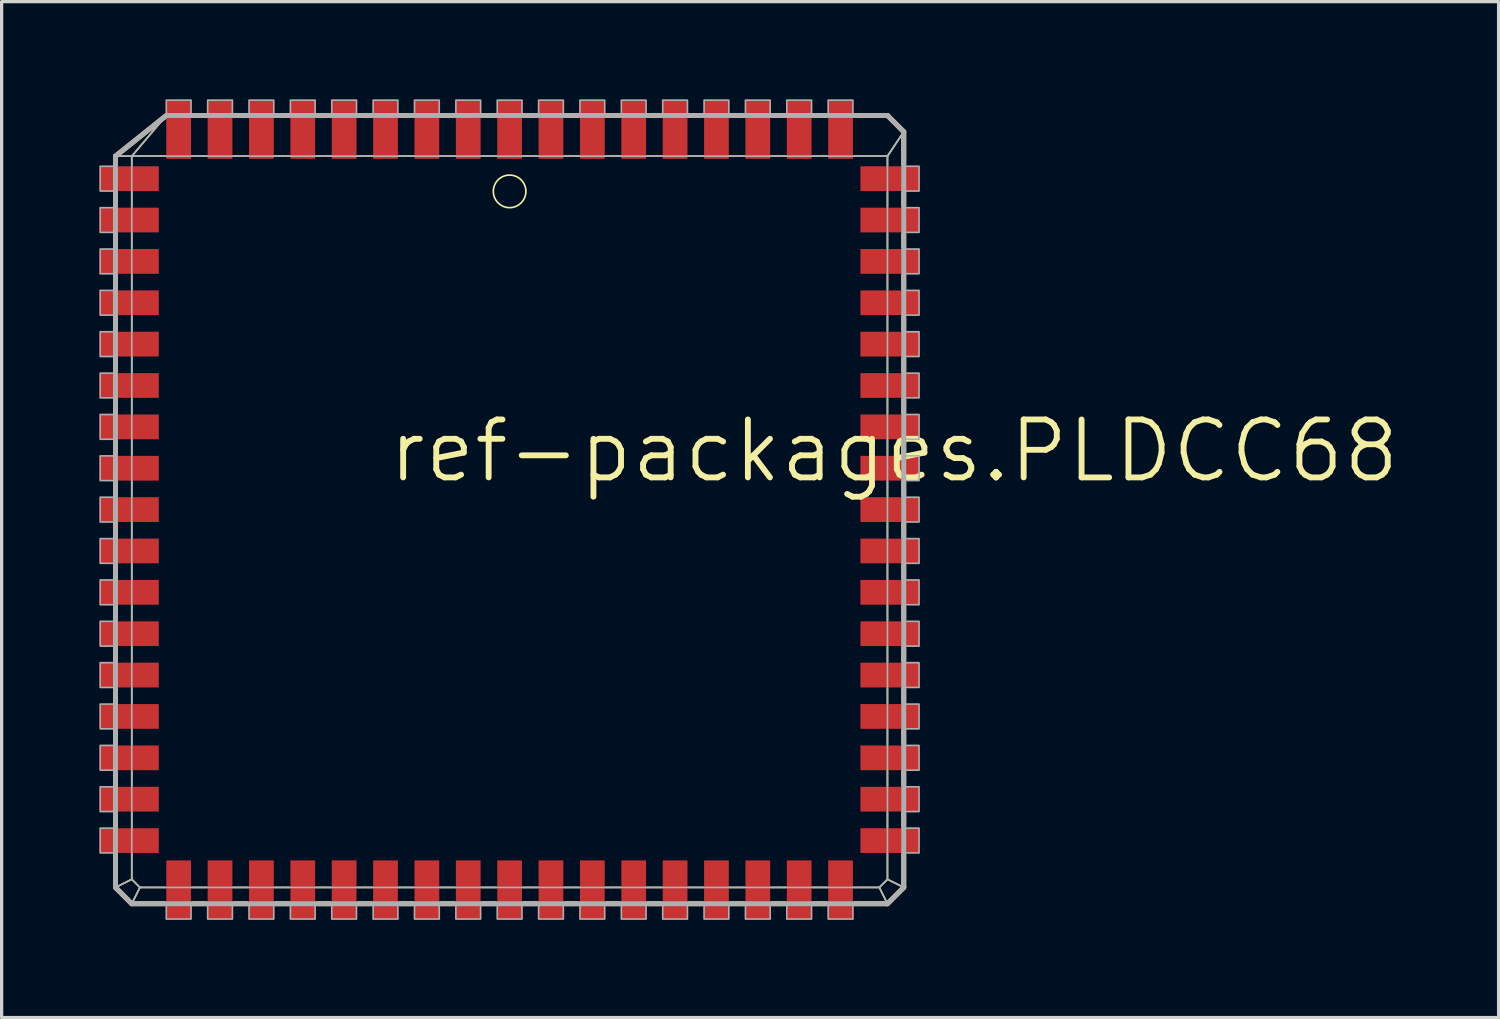
<source format=kicad_pcb>
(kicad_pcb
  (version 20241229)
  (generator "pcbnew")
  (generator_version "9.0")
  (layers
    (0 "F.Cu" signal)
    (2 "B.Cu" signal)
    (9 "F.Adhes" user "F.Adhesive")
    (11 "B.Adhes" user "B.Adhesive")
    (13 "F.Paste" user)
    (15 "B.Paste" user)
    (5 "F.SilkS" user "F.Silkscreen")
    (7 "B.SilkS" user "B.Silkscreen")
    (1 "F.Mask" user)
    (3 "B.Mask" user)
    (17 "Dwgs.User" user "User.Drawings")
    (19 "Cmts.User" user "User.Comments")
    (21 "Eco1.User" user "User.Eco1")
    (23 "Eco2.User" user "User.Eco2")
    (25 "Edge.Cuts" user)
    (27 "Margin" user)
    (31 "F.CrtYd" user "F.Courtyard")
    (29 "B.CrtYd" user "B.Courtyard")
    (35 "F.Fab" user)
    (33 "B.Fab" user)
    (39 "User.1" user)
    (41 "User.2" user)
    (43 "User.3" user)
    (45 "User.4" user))
  (footprint "ref-packages.PLDCC68"
    (layer "F.Cu")
    (at 12.595 12.595)
    (property "Reference" "ref-packages.PLDCC68" (at -3.81 -0.762 0) (layer "F.SilkS") (effects (font (size 1.778 1.778) (thickness 0.18)) (justify left bottom)))
    (attr smd)
    (fp_line (start -12.1 -10.85) (end -11.6 -10.85) (stroke (width 0.051) (type default)) (layer "F.SilkS"))
    (fp_line (start -12.1 -10.85) (end -10.6 -12.05) (stroke (width 0.152) (type default)) (layer "F.SilkS"))
    (fp_line (start -12.1 -10.6) (end -12.1 -10.85) (stroke (width 0.152) (type default)) (layer "F.SilkS"))
    (fp_line (start -12.1 -9.33) (end -12.1 -9.72) (stroke (width 0.152) (type default)) (layer "F.SilkS"))
    (fp_line (start -12.1 -8.06) (end -12.1 -8.45) (stroke (width 0.152) (type default)) (layer "F.SilkS"))
    (fp_line (start -12.1 -6.79) (end -12.1 -7.18) (stroke (width 0.152) (type default)) (layer "F.SilkS"))
    (fp_line (start -12.1 -5.52) (end -12.1 -5.91) (stroke (width 0.152) (type default)) (layer "F.SilkS"))
    (fp_line (start -12.1 -4.25) (end -12.1 -4.64) (stroke (width 0.152) (type default)) (layer "F.SilkS"))
    (fp_line (start -12.1 -2.98) (end -12.1 -3.37) (stroke (width 0.152) (type default)) (layer "F.SilkS"))
    (fp_line (start -12.1 -1.71) (end -12.1 -2.1) (stroke (width 0.152) (type default)) (layer "F.SilkS"))
    (fp_line (start -12.1 -0.44) (end -12.1 -0.83) (stroke (width 0.152) (type default)) (layer "F.SilkS"))
    (fp_line (start -12.1 0.83) (end -12.1 0.44) (stroke (width 0.152) (type default)) (layer "F.SilkS"))
    (fp_line (start -12.1 2.1) (end -12.1 1.71) (stroke (width 0.152) (type default)) (layer "F.SilkS"))
    (fp_line (start -12.1 3.37) (end -12.1 2.98) (stroke (width 0.152) (type default)) (layer "F.SilkS"))
    (fp_line (start -12.1 4.64) (end -12.1 4.25) (stroke (width 0.152) (type default)) (layer "F.SilkS"))
    (fp_line (start -12.1 5.91) (end -12.1 5.52) (stroke (width 0.152) (type default)) (layer "F.SilkS"))
    (fp_line (start -12.1 7.18) (end -12.1 6.79) (stroke (width 0.152) (type default)) (layer "F.SilkS"))
    (fp_line (start -12.1 8.45) (end -12.1 8.06) (stroke (width 0.152) (type default)) (layer "F.SilkS"))
    (fp_line (start -12.1 9.72) (end -12.1 9.33) (stroke (width 0.152) (type default)) (layer "F.SilkS"))
    (fp_line (start -12.1 11.6) (end -12.1 10.6) (stroke (width 0.152) (type default)) (layer "F.SilkS"))
    (fp_line (start -12.1 11.6) (end -11.6 11.35) (stroke (width 0.051) (type default)) (layer "F.SilkS"))
    (fp_line (start -11.6 -10.85) (end -10.56 -12.08) (stroke (width 0.051) (type default)) (layer "F.SilkS"))
    (fp_line (start -11.6 -10.85) (end -10.56 -10.85) (stroke (width 0.051) (type default)) (layer "F.SilkS"))
    (fp_line (start -11.6 -10.56) (end -11.6 -10.85) (stroke (width 0.051) (type default)) (layer "F.SilkS"))
    (fp_line (start -11.6 -9.29) (end -11.6 -9.76) (stroke (width 0.051) (type default)) (layer "F.SilkS"))
    (fp_line (start -11.6 -8.02) (end -11.6 -8.49) (stroke (width 0.051) (type default)) (layer "F.SilkS"))
    (fp_line (start -11.6 -6.75) (end -11.6 -7.22) (stroke (width 0.051) (type default)) (layer "F.SilkS"))
    (fp_line (start -11.6 -5.48) (end -11.6 -5.95) (stroke (width 0.051) (type default)) (layer "F.SilkS"))
    (fp_line (start -11.6 -4.21) (end -11.6 -4.68) (stroke (width 0.051) (type default)) (layer "F.SilkS"))
    (fp_line (start -11.6 -2.94) (end -11.6 -3.41) (stroke (width 0.051) (type default)) (layer "F.SilkS"))
    (fp_line (start -11.6 -1.67) (end -11.6 -2.14) (stroke (width 0.051) (type default)) (layer "F.SilkS"))
    (fp_line (start -11.6 -0.4) (end -11.6 -0.87) (stroke (width 0.051) (type default)) (layer "F.SilkS"))
    (fp_line (start -11.6 0.87) (end -11.6 0.4) (stroke (width 0.051) (type default)) (layer "F.SilkS"))
    (fp_line (start -11.6 2.14) (end -11.6 1.67) (stroke (width 0.051) (type default)) (layer "F.SilkS"))
    (fp_line (start -11.6 3.41) (end -11.6 2.94) (stroke (width 0.051) (type default)) (layer "F.SilkS"))
    (fp_line (start -11.6 4.68) (end -11.6 4.21) (stroke (width 0.051) (type default)) (layer "F.SilkS"))
    (fp_line (start -11.6 5.95) (end -11.6 5.48) (stroke (width 0.051) (type default)) (layer "F.SilkS"))
    (fp_line (start -11.6 7.22) (end -11.6 6.75) (stroke (width 0.051) (type default)) (layer "F.SilkS"))
    (fp_line (start -11.6 8.49) (end -11.6 8.02) (stroke (width 0.051) (type default)) (layer "F.SilkS"))
    (fp_line (start -11.6 9.76) (end -11.6 9.29) (stroke (width 0.051) (type default)) (layer "F.SilkS"))
    (fp_line (start -11.6 11.35) (end -11.6 10.56) (stroke (width 0.051) (type default)) (layer "F.SilkS"))
    (fp_line (start -11.6 12.1) (end -12.1 11.6) (stroke (width 0.152) (type default)) (layer "F.SilkS"))
    (fp_line (start -11.6 12.1) (end -11.35 11.6) (stroke (width 0.051) (type default)) (layer "F.SilkS"))
    (fp_line (start -11.35 11.6) (end -11.6 11.35) (stroke (width 0.051) (type default)) (layer "F.SilkS"))
    (fp_line (start -10.6 12.1) (end -11.6 12.1) (stroke (width 0.152) (type default)) (layer "F.SilkS"))
    (fp_line (start -10.56 11.6) (end -11.35 11.6) (stroke (width 0.051) (type default)) (layer "F.SilkS"))
    (fp_line (start -9.76 -10.85) (end -9.29 -10.85) (stroke (width 0.051) (type default)) (layer "F.SilkS"))
    (fp_line (start -9.72 -12.1) (end -9.33 -12.1) (stroke (width 0.152) (type default)) (layer "F.SilkS"))
    (fp_line (start -9.33 12.1) (end -9.72 12.1) (stroke (width 0.152) (type default)) (layer "F.SilkS"))
    (fp_line (start -9.29 11.6) (end -9.76 11.6) (stroke (width 0.051) (type default)) (layer "F.SilkS"))
    (fp_line (start -8.49 -10.85) (end -8.02 -10.85) (stroke (width 0.051) (type default)) (layer "F.SilkS"))
    (fp_line (start -8.45 -12.1) (end -8.06 -12.1) (stroke (width 0.152) (type default)) (layer "F.SilkS"))
    (fp_line (start -8.06 12.1) (end -8.45 12.1) (stroke (width 0.152) (type default)) (layer "F.SilkS"))
    (fp_line (start -8.02 11.6) (end -8.49 11.6) (stroke (width 0.051) (type default)) (layer "F.SilkS"))
    (fp_line (start -7.22 -10.85) (end -6.75 -10.85) (stroke (width 0.051) (type default)) (layer "F.SilkS"))
    (fp_line (start -7.18 -12.1) (end -6.79 -12.1) (stroke (width 0.152) (type default)) (layer "F.SilkS"))
    (fp_line (start -6.79 12.1) (end -7.18 12.1) (stroke (width 0.152) (type default)) (layer "F.SilkS"))
    (fp_line (start -6.75 11.6) (end -7.22 11.6) (stroke (width 0.051) (type default)) (layer "F.SilkS"))
    (fp_line (start -5.95 -10.85) (end -5.48 -10.85) (stroke (width 0.051) (type default)) (layer "F.SilkS"))
    (fp_line (start -5.91 -12.1) (end -5.52 -12.1) (stroke (width 0.152) (type default)) (layer "F.SilkS"))
    (fp_line (start -5.52 12.1) (end -5.91 12.1) (stroke (width 0.152) (type default)) (layer "F.SilkS"))
    (fp_line (start -5.48 11.6) (end -5.95 11.6) (stroke (width 0.051) (type default)) (layer "F.SilkS"))
    (fp_line (start -4.68 -10.85) (end -4.21 -10.85) (stroke (width 0.051) (type default)) (layer "F.SilkS"))
    (fp_line (start -4.64 -12.1) (end -4.25 -12.1) (stroke (width 0.152) (type default)) (layer "F.SilkS"))
    (fp_line (start -4.25 12.1) (end -4.64 12.1) (stroke (width 0.152) (type default)) (layer "F.SilkS"))
    (fp_line (start -4.21 11.6) (end -4.68 11.6) (stroke (width 0.051) (type default)) (layer "F.SilkS"))
    (fp_line (start -3.41 -10.85) (end -2.94 -10.85) (stroke (width 0.051) (type default)) (layer "F.SilkS"))
    (fp_line (start -3.37 -12.1) (end -2.98 -12.1) (stroke (width 0.152) (type default)) (layer "F.SilkS"))
    (fp_line (start -2.98 12.1) (end -3.37 12.1) (stroke (width 0.152) (type default)) (layer "F.SilkS"))
    (fp_line (start -2.94 11.6) (end -3.41 11.6) (stroke (width 0.051) (type default)) (layer "F.SilkS"))
    (fp_line (start -2.14 -10.85) (end -1.67 -10.85) (stroke (width 0.051) (type default)) (layer "F.SilkS"))
    (fp_line (start -2.1 -12.1) (end -1.71 -12.1) (stroke (width 0.152) (type default)) (layer "F.SilkS"))
    (fp_line (start -1.71 12.1) (end -2.1 12.1) (stroke (width 0.152) (type default)) (layer "F.SilkS"))
    (fp_line (start -1.67 11.6) (end -2.14 11.6) (stroke (width 0.051) (type default)) (layer "F.SilkS"))
    (fp_line (start -0.87 -10.85) (end -0.4 -10.85) (stroke (width 0.051) (type default)) (layer "F.SilkS"))
    (fp_line (start -0.83 -12.1) (end -0.44 -12.1) (stroke (width 0.152) (type default)) (layer "F.SilkS"))
    (fp_line (start -0.44 12.1) (end -0.83 12.1) (stroke (width 0.152) (type default)) (layer "F.SilkS"))
    (fp_line (start -0.4 11.6) (end -0.87 11.6) (stroke (width 0.051) (type default)) (layer "F.SilkS"))
    (fp_line (start 0.4 -10.85) (end 0.87 -10.85) (stroke (width 0.051) (type default)) (layer "F.SilkS"))
    (fp_line (start 0.44 -12.1) (end 0.83 -12.1) (stroke (width 0.152) (type default)) (layer "F.SilkS"))
    (fp_line (start 0.83 12.1) (end 0.44 12.1) (stroke (width 0.152) (type default)) (layer "F.SilkS"))
    (fp_line (start 0.87 11.6) (end 0.4 11.6) (stroke (width 0.051) (type default)) (layer "F.SilkS"))
    (fp_line (start 1.67 -10.85) (end 2.14 -10.85) (stroke (width 0.051) (type default)) (layer "F.SilkS"))
    (fp_line (start 1.71 -12.1) (end 2.1 -12.1) (stroke (width 0.152) (type default)) (layer "F.SilkS"))
    (fp_line (start 2.1 12.1) (end 1.71 12.1) (stroke (width 0.152) (type default)) (layer "F.SilkS"))
    (fp_line (start 2.14 11.6) (end 1.67 11.6) (stroke (width 0.051) (type default)) (layer "F.SilkS"))
    (fp_line (start 2.94 -10.85) (end 3.41 -10.85) (stroke (width 0.051) (type default)) (layer "F.SilkS"))
    (fp_line (start 2.98 -12.1) (end 3.37 -12.1) (stroke (width 0.152) (type default)) (layer "F.SilkS"))
    (fp_line (start 3.37 12.1) (end 2.98 12.1) (stroke (width 0.152) (type default)) (layer "F.SilkS"))
    (fp_line (start 3.41 11.6) (end 2.94 11.6) (stroke (width 0.051) (type default)) (layer "F.SilkS"))
    (fp_line (start 4.21 -10.85) (end 4.68 -10.85) (stroke (width 0.051) (type default)) (layer "F.SilkS"))
    (fp_line (start 4.25 -12.1) (end 4.64 -12.1) (stroke (width 0.152) (type default)) (layer "F.SilkS"))
    (fp_line (start 4.64 12.1) (end 4.25 12.1) (stroke (width 0.152) (type default)) (layer "F.SilkS"))
    (fp_line (start 4.68 11.6) (end 4.21 11.6) (stroke (width 0.051) (type default)) (layer "F.SilkS"))
    (fp_line (start 5.48 -10.85) (end 5.95 -10.85) (stroke (width 0.051) (type default)) (layer "F.SilkS"))
    (fp_line (start 5.52 -12.1) (end 5.91 -12.1) (stroke (width 0.152) (type default)) (layer "F.SilkS"))
    (fp_line (start 5.91 12.1) (end 5.52 12.1) (stroke (width 0.152) (type default)) (layer "F.SilkS"))
    (fp_line (start 5.95 11.6) (end 5.48 11.6) (stroke (width 0.051) (type default)) (layer "F.SilkS"))
    (fp_line (start 6.75 -10.85) (end 7.22 -10.85) (stroke (width 0.051) (type default)) (layer "F.SilkS"))
    (fp_line (start 6.79 -12.1) (end 7.18 -12.1) (stroke (width 0.152) (type default)) (layer "F.SilkS"))
    (fp_line (start 7.18 12.1) (end 6.79 12.1) (stroke (width 0.152) (type default)) (layer "F.SilkS"))
    (fp_line (start 7.22 11.6) (end 6.75 11.6) (stroke (width 0.051) (type default)) (layer "F.SilkS"))
    (fp_line (start 8.02 -10.85) (end 8.49 -10.85) (stroke (width 0.051) (type default)) (layer "F.SilkS"))
    (fp_line (start 8.06 -12.1) (end 8.45 -12.1) (stroke (width 0.152) (type default)) (layer "F.SilkS"))
    (fp_line (start 8.45 12.1) (end 8.06 12.1) (stroke (width 0.152) (type default)) (layer "F.SilkS"))
    (fp_line (start 8.49 11.6) (end 8.02 11.6) (stroke (width 0.051) (type default)) (layer "F.SilkS"))
    (fp_line (start 9.29 -10.85) (end 9.76 -10.85) (stroke (width 0.051) (type default)) (layer "F.SilkS"))
    (fp_line (start 9.33 -12.1) (end 9.72 -12.1) (stroke (width 0.152) (type default)) (layer "F.SilkS"))
    (fp_line (start 9.72 12.1) (end 9.33 12.1) (stroke (width 0.152) (type default)) (layer "F.SilkS"))
    (fp_line (start 9.76 11.6) (end 9.29 11.6) (stroke (width 0.051) (type default)) (layer "F.SilkS"))
    (fp_line (start 10.56 -10.85) (end 11.6 -10.85) (stroke (width 0.051) (type default)) (layer "F.SilkS"))
    (fp_line (start 10.6 -12.1) (end 11.6 -12.1) (stroke (width 0.152) (type default)) (layer "F.SilkS"))
    (fp_line (start 11.35 11.6) (end 10.56 11.6) (stroke (width 0.051) (type default)) (layer "F.SilkS"))
    (fp_line (start 11.35 11.6) (end 11.6 12.1) (stroke (width 0.051) (type default)) (layer "F.SilkS"))
    (fp_line (start 11.6 -12.1) (end 12.1 -11.6) (stroke (width 0.152) (type default)) (layer "F.SilkS"))
    (fp_line (start 11.6 -10.85) (end 11.6 -10.56) (stroke (width 0.051) (type default)) (layer "F.SilkS"))
    (fp_line (start 11.6 -9.76) (end 11.6 -9.29) (stroke (width 0.051) (type default)) (layer "F.SilkS"))
    (fp_line (start 11.6 -8.49) (end 11.6 -8.02) (stroke (width 0.051) (type default)) (layer "F.SilkS"))
    (fp_line (start 11.6 -7.22) (end 11.6 -6.75) (stroke (width 0.051) (type default)) (layer "F.SilkS"))
    (fp_line (start 11.6 -5.95) (end 11.6 -5.48) (stroke (width 0.051) (type default)) (layer "F.SilkS"))
    (fp_line (start 11.6 -4.68) (end 11.6 -4.21) (stroke (width 0.051) (type default)) (layer "F.SilkS"))
    (fp_line (start 11.6 -3.41) (end 11.6 -2.94) (stroke (width 0.051) (type default)) (layer "F.SilkS"))
    (fp_line (start 11.6 -2.14) (end 11.6 -1.67) (stroke (width 0.051) (type default)) (layer "F.SilkS"))
    (fp_line (start 11.6 -0.87) (end 11.6 -0.4) (stroke (width 0.051) (type default)) (layer "F.SilkS"))
    (fp_line (start 11.6 0.4) (end 11.6 0.87) (stroke (width 0.051) (type default)) (layer "F.SilkS"))
    (fp_line (start 11.6 1.67) (end 11.6 2.14) (stroke (width 0.051) (type default)) (layer "F.SilkS"))
    (fp_line (start 11.6 2.94) (end 11.6 3.41) (stroke (width 0.051) (type default)) (layer "F.SilkS"))
    (fp_line (start 11.6 4.21) (end 11.6 4.68) (stroke (width 0.051) (type default)) (layer "F.SilkS"))
    (fp_line (start 11.6 5.48) (end 11.6 5.95) (stroke (width 0.051) (type default)) (layer "F.SilkS"))
    (fp_line (start 11.6 6.75) (end 11.6 7.22) (stroke (width 0.051) (type default)) (layer "F.SilkS"))
    (fp_line (start 11.6 8.02) (end 11.6 8.49) (stroke (width 0.051) (type default)) (layer "F.SilkS"))
    (fp_line (start 11.6 9.29) (end 11.6 9.76) (stroke (width 0.051) (type default)) (layer "F.SilkS"))
    (fp_line (start 11.6 10.56) (end 11.6 11.35) (stroke (width 0.051) (type default)) (layer "F.SilkS"))
    (fp_line (start 11.6 11.35) (end 11.35 11.6) (stroke (width 0.051) (type default)) (layer "F.SilkS"))
    (fp_line (start 11.6 11.35) (end 12.1 11.6) (stroke (width 0.051) (type default)) (layer "F.SilkS"))
    (fp_line (start 11.6 12.1) (end 10.6 12.1) (stroke (width 0.152) (type default)) (layer "F.SilkS"))
    (fp_line (start 12.1 -11.6) (end 11.6 -10.85) (stroke (width 0.051) (type default)) (layer "F.SilkS"))
    (fp_line (start 12.1 -11.6) (end 12.1 -10.6) (stroke (width 0.152) (type default)) (layer "F.SilkS"))
    (fp_line (start 12.1 -9.72) (end 12.1 -9.33) (stroke (width 0.152) (type default)) (layer "F.SilkS"))
    (fp_line (start 12.1 -8.45) (end 12.1 -8.06) (stroke (width 0.152) (type default)) (layer "F.SilkS"))
    (fp_line (start 12.1 -7.18) (end 12.1 -6.79) (stroke (width 0.152) (type default)) (layer "F.SilkS"))
    (fp_line (start 12.1 -5.91) (end 12.1 -5.52) (stroke (width 0.152) (type default)) (layer "F.SilkS"))
    (fp_line (start 12.1 -4.64) (end 12.1 -4.25) (stroke (width 0.152) (type default)) (layer "F.SilkS"))
    (fp_line (start 12.1 -3.37) (end 12.1 -2.98) (stroke (width 0.152) (type default)) (layer "F.SilkS"))
    (fp_line (start 12.1 -2.1) (end 12.1 -1.71) (stroke (width 0.152) (type default)) (layer "F.SilkS"))
    (fp_line (start 12.1 -0.83) (end 12.1 -0.44) (stroke (width 0.152) (type default)) (layer "F.SilkS"))
    (fp_line (start 12.1 0.44) (end 12.1 0.83) (stroke (width 0.152) (type default)) (layer "F.SilkS"))
    (fp_line (start 12.1 1.71) (end 12.1 2.1) (stroke (width 0.152) (type default)) (layer "F.SilkS"))
    (fp_line (start 12.1 2.98) (end 12.1 3.37) (stroke (width 0.152) (type default)) (layer "F.SilkS"))
    (fp_line (start 12.1 4.25) (end 12.1 4.64) (stroke (width 0.152) (type default)) (layer "F.SilkS"))
    (fp_line (start 12.1 5.52) (end 12.1 5.91) (stroke (width 0.152) (type default)) (layer "F.SilkS"))
    (fp_line (start 12.1 6.79) (end 12.1 7.18) (stroke (width 0.152) (type default)) (layer "F.SilkS"))
    (fp_line (start 12.1 8.06) (end 12.1 8.45) (stroke (width 0.152) (type default)) (layer "F.SilkS"))
    (fp_line (start 12.1 9.33) (end 12.1 9.72) (stroke (width 0.152) (type default)) (layer "F.SilkS"))
    (fp_line (start 12.1 10.6) (end 12.1 11.6) (stroke (width 0.152) (type default)) (layer "F.SilkS"))
    (fp_line (start 12.1 11.6) (end 11.6 12.1) (stroke (width 0.152) (type default)) (layer "F.SilkS"))
    (fp_circle (center 0 -9.77) (end 0.5 -9.77) (stroke (width 0.051) (type default)) (fill no) (layer "F.SilkS"))
    (fp_line (start -12.1 -10.85) (end -11.6 -10.85) (stroke (width 0.051) (type default)) (layer "F.Fab"))
    (fp_line (start -12.1 -10.85) (end -10.54 -12.1) (stroke (width 0.152) (type default)) (layer "F.Fab"))
    (fp_line (start -12.1 11.6) (end -12.1 -10.85) (stroke (width 0.152) (type default)) (layer "F.Fab"))
    (fp_line (start -12.1 11.6) (end -11.6 11.35) (stroke (width 0.051) (type default)) (layer "F.Fab"))
    (fp_line (start -11.6 -10.85) (end -10.54 -12.1) (stroke (width 0.051) (type default)) (layer "F.Fab"))
    (fp_line (start -11.6 -10.85) (end 11.6 -10.85) (stroke (width 0.051) (type default)) (layer "F.Fab"))
    (fp_line (start -11.6 11.35) (end -11.6 -10.85) (stroke (width 0.051) (type default)) (layer "F.Fab"))
    (fp_line (start -11.6 12.1) (end -12.1 11.6) (stroke (width 0.152) (type default)) (layer "F.Fab"))
    (fp_line (start -11.6 12.1) (end -11.35 11.6) (stroke (width 0.051) (type default)) (layer "F.Fab"))
    (fp_line (start -11.35 11.6) (end -11.6 11.35) (stroke (width 0.051) (type default)) (layer "F.Fab"))
    (fp_line (start -10.54 -12.1) (end 11.6 -12.1) (stroke (width 0.152) (type default)) (layer "F.Fab"))
    (fp_line (start 11.35 11.6) (end -11.35 11.6) (stroke (width 0.051) (type default)) (layer "F.Fab"))
    (fp_line (start 11.35 11.6) (end 11.6 12.1) (stroke (width 0.051) (type default)) (layer "F.Fab"))
    (fp_line (start 11.6 -12.1) (end 12.1 -11.6) (stroke (width 0.152) (type default)) (layer "F.Fab"))
    (fp_line (start 11.6 -10.85) (end 11.6 11.35) (stroke (width 0.051) (type default)) (layer "F.Fab"))
    (fp_line (start 11.6 11.35) (end 11.35 11.6) (stroke (width 0.051) (type default)) (layer "F.Fab"))
    (fp_line (start 11.6 11.35) (end 12.1 11.6) (stroke (width 0.051) (type default)) (layer "F.Fab"))
    (fp_line (start 11.6 12.1) (end -11.6 12.1) (stroke (width 0.152) (type default)) (layer "F.Fab"))
    (fp_line (start 12.1 -11.6) (end 11.6 -10.85) (stroke (width 0.051) (type default)) (layer "F.Fab"))
    (fp_line (start 12.1 -11.6) (end 12.1 11.6) (stroke (width 0.152) (type default)) (layer "F.Fab"))
    (fp_line (start 12.1 11.6) (end 11.6 12.1) (stroke (width 0.152) (type default)) (layer "F.Fab"))
    (fp_rect (start -12.57 -9.78) (end -12.1 -10.54) (stroke (width 0.05) (type default)) (fill no) (layer "F.Fab"))
    (fp_rect (start -12.57 -8.51) (end -12.1 -9.27) (stroke (width 0.05) (type default)) (fill no) (layer "F.Fab"))
    (fp_rect (start -12.57 -7.24) (end -12.1 -8) (stroke (width 0.05) (type default)) (fill no) (layer "F.Fab"))
    (fp_rect (start -12.57 -5.97) (end -12.1 -6.73) (stroke (width 0.05) (type default)) (fill no) (layer "F.Fab"))
    (fp_rect (start -12.57 -4.7) (end -12.1 -5.46) (stroke (width 0.05) (type default)) (fill no) (layer "F.Fab"))
    (fp_rect (start -12.57 -3.43) (end -12.1 -4.19) (stroke (width 0.05) (type default)) (fill no) (layer "F.Fab"))
    (fp_rect (start -12.57 -2.16) (end -12.1 -2.92) (stroke (width 0.05) (type default)) (fill no) (layer "F.Fab"))
    (fp_rect (start -12.57 -0.89) (end -12.1 -1.65) (stroke (width 0.05) (type default)) (fill no) (layer "F.Fab"))
    (fp_rect (start -12.57 0.38) (end -12.1 -0.38) (stroke (width 0.05) (type default)) (fill no) (layer "F.Fab"))
    (fp_rect (start -12.57 1.65) (end -12.1 0.89) (stroke (width 0.05) (type default)) (fill no) (layer "F.Fab"))
    (fp_rect (start -12.57 2.92) (end -12.1 2.16) (stroke (width 0.05) (type default)) (fill no) (layer "F.Fab"))
    (fp_rect (start -12.57 4.19) (end -12.1 3.43) (stroke (width 0.05) (type default)) (fill no) (layer "F.Fab"))
    (fp_rect (start -12.57 5.46) (end -12.1 4.7) (stroke (width 0.05) (type default)) (fill no) (layer "F.Fab"))
    (fp_rect (start -12.57 6.73) (end -12.1 5.97) (stroke (width 0.05) (type default)) (fill no) (layer "F.Fab"))
    (fp_rect (start -12.57 8) (end -12.1 7.24) (stroke (width 0.05) (type default)) (fill no) (layer "F.Fab"))
    (fp_rect (start -12.57 9.27) (end -12.1 8.51) (stroke (width 0.05) (type default)) (fill no) (layer "F.Fab"))
    (fp_rect (start -12.57 10.54) (end -12.1 9.78) (stroke (width 0.05) (type default)) (fill no) (layer "F.Fab"))
    (fp_rect (start -10.54 -12.1) (end -9.78 -12.57) (stroke (width 0.05) (type default)) (fill no) (layer "F.Fab"))
    (fp_rect (start -10.54 12.57) (end -9.78 12.1) (stroke (width 0.05) (type default)) (fill no) (layer "F.Fab"))
    (fp_rect (start -9.27 -12.1) (end -8.51 -12.57) (stroke (width 0.05) (type default)) (fill no) (layer "F.Fab"))
    (fp_rect (start -9.27 12.57) (end -8.51 12.1) (stroke (width 0.05) (type default)) (fill no) (layer "F.Fab"))
    (fp_rect (start -8 -12.1) (end -7.24 -12.57) (stroke (width 0.05) (type default)) (fill no) (layer "F.Fab"))
    (fp_rect (start -8 12.57) (end -7.24 12.1) (stroke (width 0.05) (type default)) (fill no) (layer "F.Fab"))
    (fp_rect (start -6.73 -12.1) (end -5.97 -12.57) (stroke (width 0.05) (type default)) (fill no) (layer "F.Fab"))
    (fp_rect (start -6.73 12.57) (end -5.97 12.1) (stroke (width 0.05) (type default)) (fill no) (layer "F.Fab"))
    (fp_rect (start -5.46 -12.1) (end -4.7 -12.57) (stroke (width 0.05) (type default)) (fill no) (layer "F.Fab"))
    (fp_rect (start -5.46 12.57) (end -4.7 12.1) (stroke (width 0.05) (type default)) (fill no) (layer "F.Fab"))
    (fp_rect (start -4.19 -12.1) (end -3.43 -12.57) (stroke (width 0.05) (type default)) (fill no) (layer "F.Fab"))
    (fp_rect (start -4.19 12.57) (end -3.43 12.1) (stroke (width 0.05) (type default)) (fill no) (layer "F.Fab"))
    (fp_rect (start -2.92 -12.1) (end -2.16 -12.57) (stroke (width 0.05) (type default)) (fill no) (layer "F.Fab"))
    (fp_rect (start -2.92 12.57) (end -2.16 12.1) (stroke (width 0.05) (type default)) (fill no) (layer "F.Fab"))
    (fp_rect (start -1.65 -12.1) (end -0.89 -12.57) (stroke (width 0.05) (type default)) (fill no) (layer "F.Fab"))
    (fp_rect (start -1.65 12.57) (end -0.89 12.1) (stroke (width 0.05) (type default)) (fill no) (layer "F.Fab"))
    (fp_rect (start -0.38 -12.1) (end 0.38 -12.57) (stroke (width 0.05) (type default)) (fill no) (layer "F.Fab"))
    (fp_rect (start -0.38 12.57) (end 0.38 12.1) (stroke (width 0.05) (type default)) (fill no) (layer "F.Fab"))
    (fp_rect (start 0.89 -12.1) (end 1.65 -12.57) (stroke (width 0.05) (type default)) (fill no) (layer "F.Fab"))
    (fp_rect (start 0.89 12.57) (end 1.65 12.1) (stroke (width 0.05) (type default)) (fill no) (layer "F.Fab"))
    (fp_rect (start 2.16 -12.1) (end 2.92 -12.57) (stroke (width 0.05) (type default)) (fill no) (layer "F.Fab"))
    (fp_rect (start 2.16 12.57) (end 2.92 12.1) (stroke (width 0.05) (type default)) (fill no) (layer "F.Fab"))
    (fp_rect (start 3.43 -12.1) (end 4.19 -12.57) (stroke (width 0.05) (type default)) (fill no) (layer "F.Fab"))
    (fp_rect (start 3.43 12.57) (end 4.19 12.1) (stroke (width 0.05) (type default)) (fill no) (layer "F.Fab"))
    (fp_rect (start 4.7 -12.1) (end 5.46 -12.57) (stroke (width 0.05) (type default)) (fill no) (layer "F.Fab"))
    (fp_rect (start 4.7 12.57) (end 5.46 12.1) (stroke (width 0.05) (type default)) (fill no) (layer "F.Fab"))
    (fp_rect (start 5.97 -12.1) (end 6.73 -12.57) (stroke (width 0.05) (type default)) (fill no) (layer "F.Fab"))
    (fp_rect (start 5.97 12.57) (end 6.73 12.1) (stroke (width 0.05) (type default)) (fill no) (layer "F.Fab"))
    (fp_rect (start 7.24 -12.1) (end 8 -12.57) (stroke (width 0.05) (type default)) (fill no) (layer "F.Fab"))
    (fp_rect (start 7.24 12.57) (end 8 12.1) (stroke (width 0.05) (type default)) (fill no) (layer "F.Fab"))
    (fp_rect (start 8.51 -12.1) (end 9.27 -12.57) (stroke (width 0.05) (type default)) (fill no) (layer "F.Fab"))
    (fp_rect (start 8.51 12.57) (end 9.27 12.1) (stroke (width 0.05) (type default)) (fill no) (layer "F.Fab"))
    (fp_rect (start 9.78 -12.1) (end 10.54 -12.57) (stroke (width 0.05) (type default)) (fill no) (layer "F.Fab"))
    (fp_rect (start 9.78 12.57) (end 10.54 12.1) (stroke (width 0.05) (type default)) (fill no) (layer "F.Fab"))
    (fp_rect (start 12.1 -9.78) (end 12.57 -10.54) (stroke (width 0.05) (type default)) (fill no) (layer "F.Fab"))
    (fp_rect (start 12.1 -8.51) (end 12.57 -9.27) (stroke (width 0.05) (type default)) (fill no) (layer "F.Fab"))
    (fp_rect (start 12.1 -7.24) (end 12.57 -8) (stroke (width 0.05) (type default)) (fill no) (layer "F.Fab"))
    (fp_rect (start 12.1 -5.97) (end 12.57 -6.73) (stroke (width 0.05) (type default)) (fill no) (layer "F.Fab"))
    (fp_rect (start 12.1 -4.7) (end 12.57 -5.46) (stroke (width 0.05) (type default)) (fill no) (layer "F.Fab"))
    (fp_rect (start 12.1 -3.43) (end 12.57 -4.19) (stroke (width 0.05) (type default)) (fill no) (layer "F.Fab"))
    (fp_rect (start 12.1 -2.16) (end 12.57 -2.92) (stroke (width 0.05) (type default)) (fill no) (layer "F.Fab"))
    (fp_rect (start 12.1 -0.89) (end 12.57 -1.65) (stroke (width 0.05) (type default)) (fill no) (layer "F.Fab"))
    (fp_rect (start 12.1 0.38) (end 12.57 -0.38) (stroke (width 0.05) (type default)) (fill no) (layer "F.Fab"))
    (fp_rect (start 12.1 1.65) (end 12.57 0.89) (stroke (width 0.05) (type default)) (fill no) (layer "F.Fab"))
    (fp_rect (start 12.1 2.92) (end 12.57 2.16) (stroke (width 0.05) (type default)) (fill no) (layer "F.Fab"))
    (fp_rect (start 12.1 4.19) (end 12.57 3.43) (stroke (width 0.05) (type default)) (fill no) (layer "F.Fab"))
    (fp_rect (start 12.1 5.46) (end 12.57 4.7) (stroke (width 0.05) (type default)) (fill no) (layer "F.Fab"))
    (fp_rect (start 12.1 6.73) (end 12.57 5.97) (stroke (width 0.05) (type default)) (fill no) (layer "F.Fab"))
    (fp_rect (start 12.1 8) (end 12.57 7.24) (stroke (width 0.05) (type default)) (fill no) (layer "F.Fab"))
    (fp_rect (start 12.1 9.27) (end 12.57 8.51) (stroke (width 0.05) (type default)) (fill no) (layer "F.Fab"))
    (fp_rect (start 12.1 10.54) (end 12.57 9.78) (stroke (width 0.05) (type default)) (fill no) (layer "F.Fab"))
    (pad "1" smd roundrect (at 0 -11.67) (size 0.76 1.8) (layers "F.Cu" "F.Mask" "F.Paste") (roundrect_rratio 0.01))
    (pad "2" smd roundrect (at -1.27 -11.67) (size 0.76 1.8) (layers "F.Cu" "F.Mask" "F.Paste") (roundrect_rratio 0.01))
    (pad "3" smd roundrect (at -2.54 -11.67) (size 0.76 1.8) (layers "F.Cu" "F.Mask" "F.Paste") (roundrect_rratio 0.01))
    (pad "4" smd roundrect (at -3.81 -11.67) (size 0.76 1.8) (layers "F.Cu" "F.Mask" "F.Paste") (roundrect_rratio 0.01))
    (pad "5" smd roundrect (at -5.08 -11.67) (size 0.76 1.8) (layers "F.Cu" "F.Mask" "F.Paste") (roundrect_rratio 0.01))
    (pad "6" smd roundrect (at -6.35 -11.67) (size 0.76 1.8) (layers "F.Cu" "F.Mask" "F.Paste") (roundrect_rratio 0.01))
    (pad "7" smd roundrect (at -7.62 -11.67) (size 0.76 1.8) (layers "F.Cu" "F.Mask" "F.Paste") (roundrect_rratio 0.01))
    (pad "8" smd roundrect (at -8.89 -11.67) (size 0.76 1.8) (layers "F.Cu" "F.Mask" "F.Paste") (roundrect_rratio 0.01))
    (pad "9" smd roundrect (at -10.16 -11.67) (size 0.76 1.8) (layers "F.Cu" "F.Mask" "F.Paste") (roundrect_rratio 0.01))
    (pad "10" smd roundrect (at -11.67 -10.16) (size 1.8 0.76) (layers "F.Cu" "F.Mask" "F.Paste") (roundrect_rratio 0.01))
    (pad "11" smd roundrect (at -11.67 -8.89) (size 1.8 0.76) (layers "F.Cu" "F.Mask" "F.Paste") (roundrect_rratio 0.01))
    (pad "12" smd roundrect (at -11.67 -7.62) (size 1.8 0.76) (layers "F.Cu" "F.Mask" "F.Paste") (roundrect_rratio 0.01))
    (pad "13" smd roundrect (at -11.67 -6.35) (size 1.8 0.76) (layers "F.Cu" "F.Mask" "F.Paste") (roundrect_rratio 0.01))
    (pad "14" smd roundrect (at -11.67 -5.08) (size 1.8 0.76) (layers "F.Cu" "F.Mask" "F.Paste") (roundrect_rratio 0.01))
    (pad "15" smd roundrect (at -11.67 -3.81) (size 1.8 0.76) (layers "F.Cu" "F.Mask" "F.Paste") (roundrect_rratio 0.01))
    (pad "16" smd roundrect (at -11.67 -2.54) (size 1.8 0.76) (layers "F.Cu" "F.Mask" "F.Paste") (roundrect_rratio 0.01))
    (pad "17" smd roundrect (at -11.67 -1.27) (size 1.8 0.76) (layers "F.Cu" "F.Mask" "F.Paste") (roundrect_rratio 0.01))
    (pad "18" smd roundrect (at -11.67 0) (size 1.8 0.76) (layers "F.Cu" "F.Mask" "F.Paste") (roundrect_rratio 0.01))
    (pad "19" smd roundrect (at -11.67 1.27) (size 1.8 0.76) (layers "F.Cu" "F.Mask" "F.Paste") (roundrect_rratio 0.01))
    (pad "20" smd roundrect (at -11.67 2.54) (size 1.8 0.76) (layers "F.Cu" "F.Mask" "F.Paste") (roundrect_rratio 0.01))
    (pad "21" smd roundrect (at -11.67 3.81) (size 1.8 0.76) (layers "F.Cu" "F.Mask" "F.Paste") (roundrect_rratio 0.01))
    (pad "22" smd roundrect (at -11.67 5.08) (size 1.8 0.76) (layers "F.Cu" "F.Mask" "F.Paste") (roundrect_rratio 0.01))
    (pad "23" smd roundrect (at -11.67 6.35) (size 1.8 0.76) (layers "F.Cu" "F.Mask" "F.Paste") (roundrect_rratio 0.01))
    (pad "24" smd roundrect (at -11.67 7.62) (size 1.8 0.76) (layers "F.Cu" "F.Mask" "F.Paste") (roundrect_rratio 0.01))
    (pad "25" smd roundrect (at -11.67 8.89) (size 1.8 0.76) (layers "F.Cu" "F.Mask" "F.Paste") (roundrect_rratio 0.01))
    (pad "26" smd roundrect (at -11.67 10.16) (size 1.8 0.76) (layers "F.Cu" "F.Mask" "F.Paste") (roundrect_rratio 0.01))
    (pad "27" smd roundrect (at -10.16 11.67) (size 0.76 1.8) (layers "F.Cu" "F.Mask" "F.Paste") (roundrect_rratio 0.01))
    (pad "28" smd roundrect (at -8.89 11.67) (size 0.76 1.8) (layers "F.Cu" "F.Mask" "F.Paste") (roundrect_rratio 0.01))
    (pad "29" smd roundrect (at -7.62 11.67) (size 0.76 1.8) (layers "F.Cu" "F.Mask" "F.Paste") (roundrect_rratio 0.01))
    (pad "30" smd roundrect (at -6.35 11.67) (size 0.76 1.8) (layers "F.Cu" "F.Mask" "F.Paste") (roundrect_rratio 0.01))
    (pad "31" smd roundrect (at -5.08 11.67) (size 0.76 1.8) (layers "F.Cu" "F.Mask" "F.Paste") (roundrect_rratio 0.01))
    (pad "32" smd roundrect (at -3.81 11.67) (size 0.76 1.8) (layers "F.Cu" "F.Mask" "F.Paste") (roundrect_rratio 0.01))
    (pad "33" smd roundrect (at -2.54 11.67) (size 0.76 1.8) (layers "F.Cu" "F.Mask" "F.Paste") (roundrect_rratio 0.01))
    (pad "34" smd roundrect (at -1.27 11.67) (size 0.76 1.8) (layers "F.Cu" "F.Mask" "F.Paste") (roundrect_rratio 0.01))
    (pad "35" smd roundrect (at 0 11.67) (size 0.76 1.8) (layers "F.Cu" "F.Mask" "F.Paste") (roundrect_rratio 0.01))
    (pad "36" smd roundrect (at 1.27 11.67) (size 0.76 1.8) (layers "F.Cu" "F.Mask" "F.Paste") (roundrect_rratio 0.01))
    (pad "37" smd roundrect (at 2.54 11.67) (size 0.76 1.8) (layers "F.Cu" "F.Mask" "F.Paste") (roundrect_rratio 0.01))
    (pad "38" smd roundrect (at 3.81 11.67) (size 0.76 1.8) (layers "F.Cu" "F.Mask" "F.Paste") (roundrect_rratio 0.01))
    (pad "39" smd roundrect (at 5.08 11.67) (size 0.76 1.8) (layers "F.Cu" "F.Mask" "F.Paste") (roundrect_rratio 0.01))
    (pad "40" smd roundrect (at 6.35 11.67) (size 0.76 1.8) (layers "F.Cu" "F.Mask" "F.Paste") (roundrect_rratio 0.01))
    (pad "41" smd roundrect (at 7.62 11.67) (size 0.76 1.8) (layers "F.Cu" "F.Mask" "F.Paste") (roundrect_rratio 0.01))
    (pad "42" smd roundrect (at 8.89 11.67) (size 0.76 1.8) (layers "F.Cu" "F.Mask" "F.Paste") (roundrect_rratio 0.01))
    (pad "43" smd roundrect (at 10.16 11.67) (size 0.76 1.8) (layers "F.Cu" "F.Mask" "F.Paste") (roundrect_rratio 0.01))
    (pad "44" smd roundrect (at 11.67 10.16) (size 1.8 0.76) (layers "F.Cu" "F.Mask" "F.Paste") (roundrect_rratio 0.01))
    (pad "45" smd roundrect (at 11.67 8.89) (size 1.8 0.76) (layers "F.Cu" "F.Mask" "F.Paste") (roundrect_rratio 0.01))
    (pad "46" smd roundrect (at 11.67 7.62) (size 1.8 0.76) (layers "F.Cu" "F.Mask" "F.Paste") (roundrect_rratio 0.01))
    (pad "47" smd roundrect (at 11.67 6.35) (size 1.8 0.76) (layers "F.Cu" "F.Mask" "F.Paste") (roundrect_rratio 0.01))
    (pad "48" smd roundrect (at 11.67 5.08) (size 1.8 0.76) (layers "F.Cu" "F.Mask" "F.Paste") (roundrect_rratio 0.01))
    (pad "49" smd roundrect (at 11.67 3.81) (size 1.8 0.76) (layers "F.Cu" "F.Mask" "F.Paste") (roundrect_rratio 0.01))
    (pad "50" smd roundrect (at 11.67 2.54) (size 1.8 0.76) (layers "F.Cu" "F.Mask" "F.Paste") (roundrect_rratio 0.01))
    (pad "51" smd roundrect (at 11.67 1.27) (size 1.8 0.76) (layers "F.Cu" "F.Mask" "F.Paste") (roundrect_rratio 0.01))
    (pad "52" smd roundrect (at 11.67 0) (size 1.8 0.76) (layers "F.Cu" "F.Mask" "F.Paste") (roundrect_rratio 0.01))
    (pad "53" smd roundrect (at 11.67 -1.27) (size 1.8 0.76) (layers "F.Cu" "F.Mask" "F.Paste") (roundrect_rratio 0.01))
    (pad "54" smd roundrect (at 11.67 -2.54) (size 1.8 0.76) (layers "F.Cu" "F.Mask" "F.Paste") (roundrect_rratio 0.01))
    (pad "55" smd roundrect (at 11.67 -3.81) (size 1.8 0.76) (layers "F.Cu" "F.Mask" "F.Paste") (roundrect_rratio 0.01))
    (pad "56" smd roundrect (at 11.67 -5.08) (size 1.8 0.76) (layers "F.Cu" "F.Mask" "F.Paste") (roundrect_rratio 0.01))
    (pad "57" smd roundrect (at 11.67 -6.35) (size 1.8 0.76) (layers "F.Cu" "F.Mask" "F.Paste") (roundrect_rratio 0.01))
    (pad "58" smd roundrect (at 11.67 -7.62) (size 1.8 0.76) (layers "F.Cu" "F.Mask" "F.Paste") (roundrect_rratio 0.01))
    (pad "59" smd roundrect (at 11.67 -8.89) (size 1.8 0.76) (layers "F.Cu" "F.Mask" "F.Paste") (roundrect_rratio 0.01))
    (pad "60" smd roundrect (at 11.67 -10.16) (size 1.8 0.76) (layers "F.Cu" "F.Mask" "F.Paste") (roundrect_rratio 0.01))
    (pad "61" smd roundrect (at 10.16 -11.67) (size 0.76 1.8) (layers "F.Cu" "F.Mask" "F.Paste") (roundrect_rratio 0.01))
    (pad "62" smd roundrect (at 8.89 -11.67) (size 0.76 1.8) (layers "F.Cu" "F.Mask" "F.Paste") (roundrect_rratio 0.01))
    (pad "63" smd roundrect (at 7.62 -11.67) (size 0.76 1.8) (layers "F.Cu" "F.Mask" "F.Paste") (roundrect_rratio 0.01))
    (pad "64" smd roundrect (at 6.35 -11.67) (size 0.76 1.8) (layers "F.Cu" "F.Mask" "F.Paste") (roundrect_rratio 0.01))
    (pad "65" smd roundrect (at 5.08 -11.67) (size 0.76 1.8) (layers "F.Cu" "F.Mask" "F.Paste") (roundrect_rratio 0.01))
    (pad "66" smd roundrect (at 3.81 -11.67) (size 0.76 1.8) (layers "F.Cu" "F.Mask" "F.Paste") (roundrect_rratio 0.01))
    (pad "67" smd roundrect (at 2.54 -11.67) (size 0.76 1.8) (layers "F.Cu" "F.Mask" "F.Paste") (roundrect_rratio 0.01))
    (pad "68" smd roundrect (at 1.27 -11.67) (size 0.76 1.8) (layers "F.Cu" "F.Mask" "F.Paste") (roundrect_rratio 0.01)))
  (gr_rect
    (start -3 -3)
    (end 42.957 28.19)
    (stroke (width 0.1) (type default))
    (fill no)
    (layer "Edge.Cuts")))
</source>
